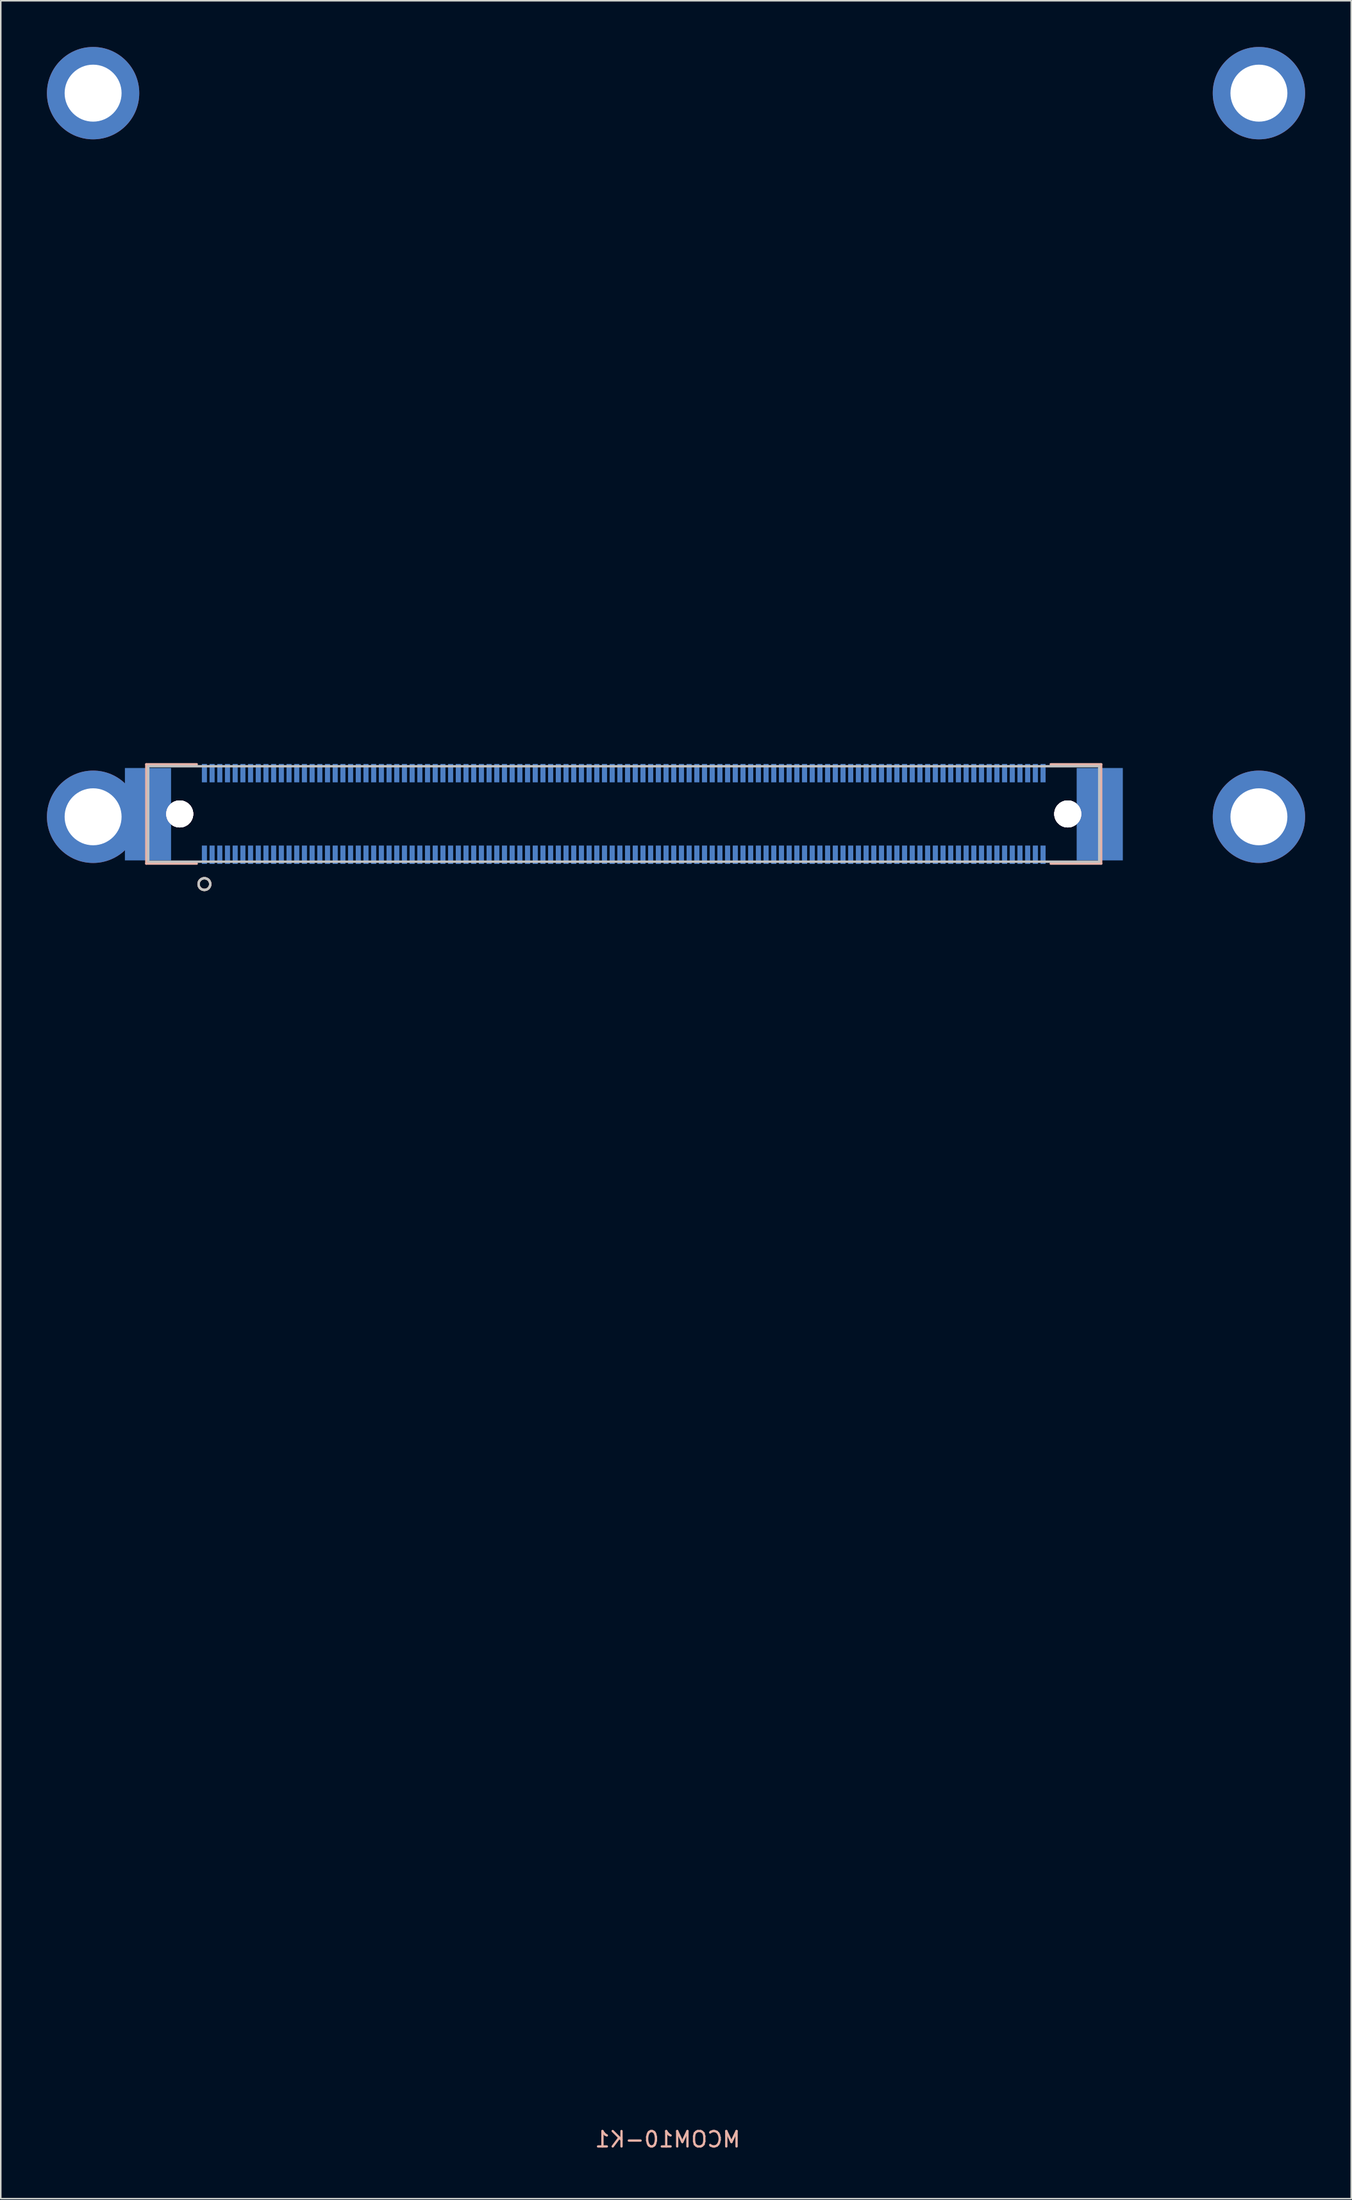
<source format=kicad_pcb>
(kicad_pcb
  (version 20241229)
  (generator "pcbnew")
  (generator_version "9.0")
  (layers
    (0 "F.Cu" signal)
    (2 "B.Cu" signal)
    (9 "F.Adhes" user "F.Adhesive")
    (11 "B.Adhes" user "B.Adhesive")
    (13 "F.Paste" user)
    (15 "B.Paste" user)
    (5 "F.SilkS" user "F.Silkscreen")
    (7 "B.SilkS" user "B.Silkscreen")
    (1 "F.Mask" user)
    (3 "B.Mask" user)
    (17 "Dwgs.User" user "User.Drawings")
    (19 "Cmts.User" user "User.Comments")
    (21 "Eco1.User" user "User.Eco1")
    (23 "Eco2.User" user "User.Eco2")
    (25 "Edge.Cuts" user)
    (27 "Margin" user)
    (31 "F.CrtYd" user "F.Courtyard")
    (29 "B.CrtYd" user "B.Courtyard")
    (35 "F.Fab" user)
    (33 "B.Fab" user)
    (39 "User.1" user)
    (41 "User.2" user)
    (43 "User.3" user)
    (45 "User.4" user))
  (footprint "MCOM10-K1"
    (layer "F.Cu")
    (at 3 50)
    (property "Reference" "MCOM10-K1" (at 37.338 85.906 0) (layer "B.SilkS") (effects (font (size 1 1) (thickness 0.15)) (justify mirror)))
    (attr through_hole)
    (fp_circle (center 7.233 4.371) (end 6.852 4.371) (stroke (width 0.152) (type solid)) (fill no) (layer "F.SilkS"))
    (fp_line (start 3.457 -3.41) (end 6.736 -3.41) (stroke (width 0.152) (type solid)) (layer "B.SilkS"))
    (fp_line (start 3.457 3.042) (end 3.457 -3.41) (stroke (width 0.152) (type solid)) (layer "B.SilkS"))
    (fp_line (start 6.735 3.042) (end 3.457 3.042) (stroke (width 0.152) (type solid)) (layer "B.SilkS"))
    (fp_line (start 62.231 -3.41) (end 65.509 -3.41) (stroke (width 0.152) (type solid)) (layer "B.SilkS"))
    (fp_line (start 65.509 -3.41) (end 65.509 3.042) (stroke (width 0.152) (type solid)) (layer "B.SilkS"))
    (fp_line (start 65.509 3.042) (end 62.231 3.042) (stroke (width 0.152) (type solid)) (layer "B.SilkS"))
    (fp_circle (center 7.233 4.371) (end 6.852 4.371) (stroke (width 0.152) (type solid)) (fill no) (layer "B.SilkS"))
    (fp_line (start 3.584 -3.283) (end 65.382 -3.283) (stroke (width 0.152) (type solid)) (layer "Dwgs.User"))
    (fp_line (start 3.584 2.915) (end 3.584 -3.283) (stroke (width 0.152) (type solid)) (layer "Dwgs.User"))
    (fp_line (start 65.382 -3.283) (end 65.382 2.915) (stroke (width 0.152) (type solid)) (layer "Dwgs.User"))
    (fp_line (start 65.382 2.915) (end 3.584 2.915) (stroke (width 0.152) (type solid)) (layer "Dwgs.User"))
    (fp_circle (center 7.233 4.371) (end 6.852 4.371) (stroke (width 0.152) (type solid)) (fill no) (layer "Dwgs.User"))
    (pad "1" smd rect (at 61.733 2.466) (size 0.33 1.194) (layers "B.Cu" "B.Mask" "B.Paste"))
    (pad "2" smd rect (at 61.233 2.466) (size 0.33 1.194) (layers "B.Cu" "B.Mask" "B.Paste"))
    (pad "3" smd rect (at 60.733 2.466) (size 0.33 1.194) (layers "B.Cu" "B.Mask" "B.Paste"))
    (pad "4" smd rect (at 60.233 2.466) (size 0.33 1.194) (layers "B.Cu" "B.Mask" "B.Paste"))
    (pad "5" smd rect (at 59.733 2.466) (size 0.33 1.194) (layers "B.Cu" "B.Mask" "B.Paste"))
    (pad "6" smd rect (at 59.233 2.466) (size 0.33 1.194) (layers "B.Cu" "B.Mask" "B.Paste"))
    (pad "7" smd rect (at 58.733 2.466) (size 0.33 1.194) (layers "B.Cu" "B.Mask" "B.Paste"))
    (pad "8" smd rect (at 58.233 2.466) (size 0.33 1.194) (layers "B.Cu" "B.Mask" "B.Paste"))
    (pad "9" smd rect (at 57.733 2.466) (size 0.33 1.194) (layers "B.Cu" "B.Mask" "B.Paste"))
    (pad "10" smd rect (at 57.233 2.466) (size 0.33 1.194) (layers "B.Cu" "B.Mask" "B.Paste"))
    (pad "11" smd rect (at 56.733 2.466) (size 0.33 1.194) (layers "B.Cu" "B.Mask" "B.Paste"))
    (pad "12" smd rect (at 56.233 2.466) (size 0.33 1.194) (layers "B.Cu" "B.Mask" "B.Paste"))
    (pad "13" smd rect (at 55.733 2.466) (size 0.33 1.194) (layers "B.Cu" "B.Mask" "B.Paste"))
    (pad "14" smd rect (at 55.233 2.466) (size 0.33 1.194) (layers "B.Cu" "B.Mask" "B.Paste"))
    (pad "15" smd rect (at 54.733 2.466) (size 0.33 1.194) (layers "B.Cu" "B.Mask" "B.Paste"))
    (pad "16" smd rect (at 54.233 2.466) (size 0.33 1.194) (layers "B.Cu" "B.Mask" "B.Paste"))
    (pad "17" smd rect (at 53.733 2.466) (size 0.33 1.194) (layers "B.Cu" "B.Mask" "B.Paste"))
    (pad "18" smd rect (at 53.233 2.466) (size 0.33 1.194) (layers "B.Cu" "B.Mask" "B.Paste"))
    (pad "19" smd rect (at 52.733 2.466) (size 0.33 1.194) (layers "B.Cu" "B.Mask" "B.Paste"))
    (pad "20" smd rect (at 52.233 2.466) (size 0.33 1.194) (layers "B.Cu" "B.Mask" "B.Paste"))
    (pad "21" smd rect (at 51.733 2.466) (size 0.33 1.194) (layers "B.Cu" "B.Mask" "B.Paste"))
    (pad "22" smd rect (at 51.233 2.466) (size 0.33 1.194) (layers "B.Cu" "B.Mask" "B.Paste"))
    (pad "23" smd rect (at 50.733 2.466) (size 0.33 1.194) (layers "B.Cu" "B.Mask" "B.Paste"))
    (pad "24" smd rect (at 50.233 2.466) (size 0.33 1.194) (layers "B.Cu" "B.Mask" "B.Paste"))
    (pad "25" smd rect (at 49.733 2.466) (size 0.33 1.194) (layers "B.Cu" "B.Mask" "B.Paste"))
    (pad "26" smd rect (at 49.233 2.466) (size 0.33 1.194) (layers "B.Cu" "B.Mask" "B.Paste"))
    (pad "27" smd rect (at 48.733 2.466) (size 0.33 1.194) (layers "B.Cu" "B.Mask" "B.Paste"))
    (pad "28" smd rect (at 48.233 2.466) (size 0.33 1.194) (layers "B.Cu" "B.Mask" "B.Paste"))
    (pad "29" smd rect (at 47.733 2.466) (size 0.33 1.194) (layers "B.Cu" "B.Mask" "B.Paste"))
    (pad "30" smd rect (at 47.233 2.466) (size 0.33 1.194) (layers "B.Cu" "B.Mask" "B.Paste"))
    (pad "31" smd rect (at 46.733 2.466) (size 0.33 1.194) (layers "B.Cu" "B.Mask" "B.Paste"))
    (pad "32" smd rect (at 46.233 2.466) (size 0.33 1.194) (layers "B.Cu" "B.Mask" "B.Paste"))
    (pad "33" smd rect (at 45.733 2.466) (size 0.33 1.194) (layers "B.Cu" "B.Mask" "B.Paste"))
    (pad "34" smd rect (at 45.233 2.466) (size 0.33 1.194) (layers "B.Cu" "B.Mask" "B.Paste"))
    (pad "35" smd rect (at 44.733 2.466) (size 0.33 1.194) (layers "B.Cu" "B.Mask" "B.Paste"))
    (pad "36" smd rect (at 44.233 2.466) (size 0.33 1.194) (layers "B.Cu" "B.Mask" "B.Paste"))
    (pad "37" smd rect (at 43.733 2.466) (size 0.33 1.194) (layers "B.Cu" "B.Mask" "B.Paste"))
    (pad "38" smd rect (at 43.233 2.466) (size 0.33 1.194) (layers "B.Cu" "B.Mask" "B.Paste"))
    (pad "39" smd rect (at 42.733 2.466) (size 0.33 1.194) (layers "B.Cu" "B.Mask" "B.Paste"))
    (pad "40" smd rect (at 42.233 2.466) (size 0.33 1.194) (layers "B.Cu" "B.Mask" "B.Paste"))
    (pad "41" smd rect (at 41.733 2.466) (size 0.33 1.194) (layers "B.Cu" "B.Mask" "B.Paste"))
    (pad "42" smd rect (at 41.233 2.466) (size 0.33 1.194) (layers "B.Cu" "B.Mask" "B.Paste"))
    (pad "43" smd rect (at 40.733 2.466) (size 0.33 1.194) (layers "B.Cu" "B.Mask" "B.Paste"))
    (pad "44" smd rect (at 40.233 2.466) (size 0.33 1.194) (layers "B.Cu" "B.Mask" "B.Paste"))
    (pad "45" smd rect (at 39.733 2.466) (size 0.33 1.194) (layers "B.Cu" "B.Mask" "B.Paste"))
    (pad "46" smd rect (at 39.233 2.466) (size 0.33 1.194) (layers "B.Cu" "B.Mask" "B.Paste"))
    (pad "47" smd rect (at 38.733 2.466) (size 0.33 1.194) (layers "B.Cu" "B.Mask" "B.Paste"))
    (pad "48" smd rect (at 38.233 2.466) (size 0.33 1.194) (layers "B.Cu" "B.Mask" "B.Paste"))
    (pad "49" smd rect (at 37.733 2.466) (size 0.33 1.194) (layers "B.Cu" "B.Mask" "B.Paste"))
    (pad "50" smd rect (at 37.233 2.466) (size 0.33 1.194) (layers "B.Cu" "B.Mask" "B.Paste"))
    (pad "51" smd rect (at 36.733 2.466) (size 0.33 1.194) (layers "B.Cu" "B.Mask" "B.Paste"))
    (pad "52" smd rect (at 36.233 2.466) (size 0.33 1.194) (layers "B.Cu" "B.Mask" "B.Paste"))
    (pad "53" smd rect (at 35.733 2.466) (size 0.33 1.194) (layers "B.Cu" "B.Mask" "B.Paste"))
    (pad "54" smd rect (at 35.233 2.466) (size 0.33 1.194) (layers "B.Cu" "B.Mask" "B.Paste"))
    (pad "55" smd rect (at 34.733 2.466) (size 0.33 1.194) (layers "B.Cu" "B.Mask" "B.Paste"))
    (pad "56" smd rect (at 34.233 2.466) (size 0.33 1.194) (layers "B.Cu" "B.Mask" "B.Paste"))
    (pad "57" smd rect (at 33.733 2.466) (size 0.33 1.194) (layers "B.Cu" "B.Mask" "B.Paste"))
    (pad "58" smd rect (at 33.233 2.466) (size 0.33 1.194) (layers "B.Cu" "B.Mask" "B.Paste"))
    (pad "59" smd rect (at 32.733 2.466) (size 0.33 1.194) (layers "B.Cu" "B.Mask" "B.Paste"))
    (pad "60" smd rect (at 32.233 2.466) (size 0.33 1.194) (layers "B.Cu" "B.Mask" "B.Paste"))
    (pad "61" smd rect (at 31.733 2.466) (size 0.33 1.194) (layers "B.Cu" "B.Mask" "B.Paste"))
    (pad "62" smd rect (at 31.233 2.466) (size 0.33 1.194) (layers "B.Cu" "B.Mask" "B.Paste"))
    (pad "63" smd rect (at 30.733 2.466) (size 0.33 1.194) (layers "B.Cu" "B.Mask" "B.Paste"))
    (pad "64" smd rect (at 30.233 2.466) (size 0.33 1.194) (layers "B.Cu" "B.Mask" "B.Paste"))
    (pad "65" smd rect (at 29.733 2.466) (size 0.33 1.194) (layers "B.Cu" "B.Mask" "B.Paste"))
    (pad "66" smd rect (at 29.233 2.466) (size 0.33 1.194) (layers "B.Cu" "B.Mask" "B.Paste"))
    (pad "67" smd rect (at 28.733 2.466) (size 0.33 1.194) (layers "B.Cu" "B.Mask" "B.Paste"))
    (pad "68" smd rect (at 28.233 2.466) (size 0.33 1.194) (layers "B.Cu" "B.Mask" "B.Paste"))
    (pad "69" smd rect (at 27.733 2.466) (size 0.33 1.194) (layers "B.Cu" "B.Mask" "B.Paste"))
    (pad "70" smd rect (at 27.233 2.466) (size 0.33 1.194) (layers "B.Cu" "B.Mask" "B.Paste"))
    (pad "71" smd rect (at 26.733 2.466) (size 0.33 1.194) (layers "B.Cu" "B.Mask" "B.Paste"))
    (pad "72" smd rect (at 26.233 2.466) (size 0.33 1.194) (layers "B.Cu" "B.Mask" "B.Paste"))
    (pad "73" smd rect (at 25.733 2.466) (size 0.33 1.194) (layers "B.Cu" "B.Mask" "B.Paste"))
    (pad "74" smd rect (at 25.233 2.466) (size 0.33 1.194) (layers "B.Cu" "B.Mask" "B.Paste"))
    (pad "75" smd rect (at 24.733 2.466) (size 0.33 1.194) (layers "B.Cu" "B.Mask" "B.Paste"))
    (pad "76" smd rect (at 24.233 2.466) (size 0.33 1.194) (layers "B.Cu" "B.Mask" "B.Paste"))
    (pad "77" smd rect (at 23.733 2.466) (size 0.33 1.194) (layers "B.Cu" "B.Mask" "B.Paste"))
    (pad "78" smd rect (at 23.233 2.466) (size 0.33 1.194) (layers "B.Cu" "B.Mask" "B.Paste"))
    (pad "79" smd rect (at 22.733 2.466) (size 0.33 1.194) (layers "B.Cu" "B.Mask" "B.Paste"))
    (pad "80" smd rect (at 22.233 2.466) (size 0.33 1.194) (layers "B.Cu" "B.Mask" "B.Paste"))
    (pad "81" smd rect (at 21.733 2.466) (size 0.33 1.194) (layers "B.Cu" "B.Mask" "B.Paste"))
    (pad "82" smd rect (at 21.233 2.466) (size 0.33 1.194) (layers "B.Cu" "B.Mask" "B.Paste"))
    (pad "83" smd rect (at 20.733 2.466) (size 0.33 1.194) (layers "B.Cu" "B.Mask" "B.Paste"))
    (pad "84" smd rect (at 20.233 2.466) (size 0.33 1.194) (layers "B.Cu" "B.Mask" "B.Paste"))
    (pad "85" smd rect (at 19.733 2.466) (size 0.33 1.194) (layers "B.Cu" "B.Mask" "B.Paste"))
    (pad "86" smd rect (at 19.233 2.466) (size 0.33 1.194) (layers "B.Cu" "B.Mask" "B.Paste"))
    (pad "87" smd rect (at 18.733 2.466) (size 0.33 1.194) (layers "B.Cu" "B.Mask" "B.Paste"))
    (pad "88" smd rect (at 18.233 2.466) (size 0.33 1.194) (layers "B.Cu" "B.Mask" "B.Paste"))
    (pad "89" smd rect (at 17.733 2.466) (size 0.33 1.194) (layers "B.Cu" "B.Mask" "B.Paste"))
    (pad "90" smd rect (at 17.233 2.466) (size 0.33 1.194) (layers "B.Cu" "B.Mask" "B.Paste"))
    (pad "91" smd rect (at 16.733 2.466) (size 0.33 1.194) (layers "B.Cu" "B.Mask" "B.Paste"))
    (pad "92" smd rect (at 16.233 2.466) (size 0.33 1.194) (layers "B.Cu" "B.Mask" "B.Paste"))
    (pad "93" smd rect (at 15.733 2.466) (size 0.33 1.194) (layers "B.Cu" "B.Mask" "B.Paste"))
    (pad "94" smd rect (at 15.233 2.466) (size 0.33 1.194) (layers "B.Cu" "B.Mask" "B.Paste"))
    (pad "95" smd rect (at 14.733 2.466) (size 0.33 1.194) (layers "B.Cu" "B.Mask" "B.Paste"))
    (pad "96" smd rect (at 14.233 2.466) (size 0.33 1.194) (layers "B.Cu" "B.Mask" "B.Paste"))
    (pad "97" smd rect (at 13.733 2.466) (size 0.33 1.194) (layers "B.Cu" "B.Mask" "B.Paste"))
    (pad "98" smd rect (at 13.233 2.466) (size 0.33 1.194) (layers "B.Cu" "B.Mask" "B.Paste"))
    (pad "99" smd rect (at 12.733 2.466) (size 0.33 1.194) (layers "B.Cu" "B.Mask" "B.Paste"))
    (pad "100" smd rect (at 12.233 2.466) (size 0.33 1.194) (layers "B.Cu" "B.Mask" "B.Paste"))
    (pad "101" smd rect (at 11.733 2.466) (size 0.33 1.194) (layers "B.Cu" "B.Mask" "B.Paste"))
    (pad "102" smd rect (at 11.233 2.466) (size 0.33 1.194) (layers "B.Cu" "B.Mask" "B.Paste"))
    (pad "103" smd rect (at 10.733 2.466) (size 0.33 1.194) (layers "B.Cu" "B.Mask" "B.Paste"))
    (pad "104" smd rect (at 10.233 2.466) (size 0.33 1.194) (layers "B.Cu" "B.Mask" "B.Paste"))
    (pad "105" smd rect (at 9.733 2.466) (size 0.33 1.194) (layers "B.Cu" "B.Mask" "B.Paste"))
    (pad "106" smd rect (at 9.233 2.466) (size 0.33 1.194) (layers "B.Cu" "B.Mask" "B.Paste"))
    (pad "107" smd rect (at 8.733 2.466) (size 0.33 1.194) (layers "B.Cu" "B.Mask" "B.Paste"))
    (pad "108" smd rect (at 8.233 2.466) (size 0.33 1.194) (layers "B.Cu" "B.Mask" "B.Paste"))
    (pad "109" smd rect (at 7.733 2.466) (size 0.33 1.194) (layers "B.Cu" "B.Mask" "B.Paste"))
    (pad "110" smd rect (at 7.233 2.466) (size 0.33 1.194) (layers "B.Cu" "B.Mask" "B.Paste"))
    (pad "111" smd rect (at 61.733 -2.834) (size 0.33 1.194) (layers "B.Cu" "B.Mask" "B.Paste"))
    (pad "112" smd rect (at 61.233 -2.834) (size 0.33 1.194) (layers "B.Cu" "B.Mask" "B.Paste"))
    (pad "113" smd rect (at 60.733 -2.834) (size 0.33 1.194) (layers "B.Cu" "B.Mask" "B.Paste"))
    (pad "114" smd rect (at 60.233 -2.834) (size 0.33 1.194) (layers "B.Cu" "B.Mask" "B.Paste"))
    (pad "115" smd rect (at 59.733 -2.834) (size 0.33 1.194) (layers "B.Cu" "B.Mask" "B.Paste"))
    (pad "116" smd rect (at 59.233 -2.834) (size 0.33 1.194) (layers "B.Cu" "B.Mask" "B.Paste"))
    (pad "117" smd rect (at 58.733 -2.834) (size 0.33 1.194) (layers "B.Cu" "B.Mask" "B.Paste"))
    (pad "118" smd rect (at 58.233 -2.834) (size 0.33 1.194) (layers "B.Cu" "B.Mask" "B.Paste"))
    (pad "119" smd rect (at 57.733 -2.834) (size 0.33 1.194) (layers "B.Cu" "B.Mask" "B.Paste"))
    (pad "120" smd rect (at 57.233 -2.834) (size 0.33 1.194) (layers "B.Cu" "B.Mask" "B.Paste"))
    (pad "121" smd rect (at 56.733 -2.834) (size 0.33 1.194) (layers "B.Cu" "B.Mask" "B.Paste"))
    (pad "122" smd rect (at 56.233 -2.834) (size 0.33 1.194) (layers "B.Cu" "B.Mask" "B.Paste"))
    (pad "123" smd rect (at 55.733 -2.834) (size 0.33 1.194) (layers "B.Cu" "B.Mask" "B.Paste"))
    (pad "124" smd rect (at 55.233 -2.834) (size 0.33 1.194) (layers "B.Cu" "B.Mask" "B.Paste"))
    (pad "125" smd rect (at 54.733 -2.834) (size 0.33 1.194) (layers "B.Cu" "B.Mask" "B.Paste"))
    (pad "126" smd rect (at 54.233 -2.834) (size 0.33 1.194) (layers "B.Cu" "B.Mask" "B.Paste"))
    (pad "127" smd rect (at 53.733 -2.834) (size 0.33 1.194) (layers "B.Cu" "B.Mask" "B.Paste"))
    (pad "128" smd rect (at 53.233 -2.834) (size 0.33 1.194) (layers "B.Cu" "B.Mask" "B.Paste"))
    (pad "129" smd rect (at 52.733 -2.834) (size 0.33 1.194) (layers "B.Cu" "B.Mask" "B.Paste"))
    (pad "130" smd rect (at 52.233 -2.834) (size 0.33 1.194) (layers "B.Cu" "B.Mask" "B.Paste"))
    (pad "131" smd rect (at 51.733 -2.834) (size 0.33 1.194) (layers "B.Cu" "B.Mask" "B.Paste"))
    (pad "132" smd rect (at 51.233 -2.834) (size 0.33 1.194) (layers "B.Cu" "B.Mask" "B.Paste"))
    (pad "133" smd rect (at 50.733 -2.834) (size 0.33 1.194) (layers "B.Cu" "B.Mask" "B.Paste"))
    (pad "134" smd rect (at 50.233 -2.834) (size 0.33 1.194) (layers "B.Cu" "B.Mask" "B.Paste"))
    (pad "135" smd rect (at 49.733 -2.834) (size 0.33 1.194) (layers "B.Cu" "B.Mask" "B.Paste"))
    (pad "136" smd rect (at 49.233 -2.834) (size 0.33 1.194) (layers "B.Cu" "B.Mask" "B.Paste"))
    (pad "137" smd rect (at 48.733 -2.834) (size 0.33 1.194) (layers "B.Cu" "B.Mask" "B.Paste"))
    (pad "138" smd rect (at 48.233 -2.834) (size 0.33 1.194) (layers "B.Cu" "B.Mask" "B.Paste"))
    (pad "139" smd rect (at 47.733 -2.834) (size 0.33 1.194) (layers "B.Cu" "B.Mask" "B.Paste"))
    (pad "140" smd rect (at 47.233 -2.834) (size 0.33 1.194) (layers "B.Cu" "B.Mask" "B.Paste"))
    (pad "141" smd rect (at 46.733 -2.834) (size 0.33 1.194) (layers "B.Cu" "B.Mask" "B.Paste"))
    (pad "142" smd rect (at 46.233 -2.834) (size 0.33 1.194) (layers "B.Cu" "B.Mask" "B.Paste"))
    (pad "143" smd rect (at 45.733 -2.834) (size 0.33 1.194) (layers "B.Cu" "B.Mask" "B.Paste"))
    (pad "144" smd rect (at 45.233 -2.834) (size 0.33 1.194) (layers "B.Cu" "B.Mask" "B.Paste"))
    (pad "145" smd rect (at 44.733 -2.834) (size 0.33 1.194) (layers "B.Cu" "B.Mask" "B.Paste"))
    (pad "146" smd rect (at 44.233 -2.834) (size 0.33 1.194) (layers "B.Cu" "B.Mask" "B.Paste"))
    (pad "147" smd rect (at 43.733 -2.834) (size 0.33 1.194) (layers "B.Cu" "B.Mask" "B.Paste"))
    (pad "148" smd rect (at 43.233 -2.834) (size 0.33 1.194) (layers "B.Cu" "B.Mask" "B.Paste"))
    (pad "149" smd rect (at 42.733 -2.834) (size 0.33 1.194) (layers "B.Cu" "B.Mask" "B.Paste"))
    (pad "150" smd rect (at 42.233 -2.834) (size 0.33 1.194) (layers "B.Cu" "B.Mask" "B.Paste"))
    (pad "151" smd rect (at 41.733 -2.834) (size 0.33 1.194) (layers "B.Cu" "B.Mask" "B.Paste"))
    (pad "152" smd rect (at 41.233 -2.834) (size 0.33 1.194) (layers "B.Cu" "B.Mask" "B.Paste"))
    (pad "153" smd rect (at 40.733 -2.834) (size 0.33 1.194) (layers "B.Cu" "B.Mask" "B.Paste"))
    (pad "154" smd rect (at 40.233 -2.834) (size 0.33 1.194) (layers "B.Cu" "B.Mask" "B.Paste"))
    (pad "155" smd rect (at 39.733 -2.834) (size 0.33 1.194) (layers "B.Cu" "B.Mask" "B.Paste"))
    (pad "156" smd rect (at 39.233 -2.834) (size 0.33 1.194) (layers "B.Cu" "B.Mask" "B.Paste"))
    (pad "157" smd rect (at 38.733 -2.834) (size 0.33 1.194) (layers "B.Cu" "B.Mask" "B.Paste"))
    (pad "158" smd rect (at 38.233 -2.834) (size 0.33 1.194) (layers "B.Cu" "B.Mask" "B.Paste"))
    (pad "159" smd rect (at 37.733 -2.834) (size 0.33 1.194) (layers "B.Cu" "B.Mask" "B.Paste"))
    (pad "160" smd rect (at 37.233 -2.834) (size 0.33 1.194) (layers "B.Cu" "B.Mask" "B.Paste"))
    (pad "161" smd rect (at 36.733 -2.834) (size 0.33 1.194) (layers "B.Cu" "B.Mask" "B.Paste"))
    (pad "162" smd rect (at 36.233 -2.834) (size 0.33 1.194) (layers "B.Cu" "B.Mask" "B.Paste"))
    (pad "163" smd rect (at 35.733 -2.834) (size 0.33 1.194) (layers "B.Cu" "B.Mask" "B.Paste"))
    (pad "164" smd rect (at 35.233 -2.834) (size 0.33 1.194) (layers "B.Cu" "B.Mask" "B.Paste"))
    (pad "165" smd rect (at 34.733 -2.834) (size 0.33 1.194) (layers "B.Cu" "B.Mask" "B.Paste"))
    (pad "166" smd rect (at 34.233 -2.834) (size 0.33 1.194) (layers "B.Cu" "B.Mask" "B.Paste"))
    (pad "167" smd rect (at 33.733 -2.834) (size 0.33 1.194) (layers "B.Cu" "B.Mask" "B.Paste"))
    (pad "168" smd rect (at 33.233 -2.834) (size 0.33 1.194) (layers "B.Cu" "B.Mask" "B.Paste"))
    (pad "169" smd rect (at 32.733 -2.834) (size 0.33 1.194) (layers "B.Cu" "B.Mask" "B.Paste"))
    (pad "170" smd rect (at 32.233 -2.834) (size 0.33 1.194) (layers "B.Cu" "B.Mask" "B.Paste"))
    (pad "171" smd rect (at 31.733 -2.834) (size 0.33 1.194) (layers "B.Cu" "B.Mask" "B.Paste"))
    (pad "172" smd rect (at 31.233 -2.834) (size 0.33 1.194) (layers "B.Cu" "B.Mask" "B.Paste"))
    (pad "173" smd rect (at 30.733 -2.834) (size 0.33 1.194) (layers "B.Cu" "B.Mask" "B.Paste"))
    (pad "174" smd rect (at 30.233 -2.834) (size 0.33 1.194) (layers "B.Cu" "B.Mask" "B.Paste"))
    (pad "175" smd rect (at 29.733 -2.834) (size 0.33 1.194) (layers "B.Cu" "B.Mask" "B.Paste"))
    (pad "176" smd rect (at 29.233 -2.834) (size 0.33 1.194) (layers "B.Cu" "B.Mask" "B.Paste"))
    (pad "177" smd rect (at 28.733 -2.834) (size 0.33 1.194) (layers "B.Cu" "B.Mask" "B.Paste"))
    (pad "178" smd rect (at 28.233 -2.834) (size 0.33 1.194) (layers "B.Cu" "B.Mask" "B.Paste"))
    (pad "179" smd rect (at 27.733 -2.834) (size 0.33 1.194) (layers "B.Cu" "B.Mask" "B.Paste"))
    (pad "180" smd rect (at 27.233 -2.834) (size 0.33 1.194) (layers "B.Cu" "B.Mask" "B.Paste"))
    (pad "181" smd rect (at 26.733 -2.834) (size 0.33 1.194) (layers "B.Cu" "B.Mask" "B.Paste"))
    (pad "182" smd rect (at 26.233 -2.834) (size 0.33 1.194) (layers "B.Cu" "B.Mask" "B.Paste"))
    (pad "183" smd rect (at 25.733 -2.834) (size 0.33 1.194) (layers "B.Cu" "B.Mask" "B.Paste"))
    (pad "184" smd rect (at 25.233 -2.834) (size 0.33 1.194) (layers "B.Cu" "B.Mask" "B.Paste"))
    (pad "185" smd rect (at 24.733 -2.834) (size 0.33 1.194) (layers "B.Cu" "B.Mask" "B.Paste"))
    (pad "186" smd rect (at 24.233 -2.834) (size 0.33 1.194) (layers "B.Cu" "B.Mask" "B.Paste"))
    (pad "187" smd rect (at 23.733 -2.834) (size 0.33 1.194) (layers "B.Cu" "B.Mask" "B.Paste"))
    (pad "188" smd rect (at 23.233 -2.834) (size 0.33 1.194) (layers "B.Cu" "B.Mask" "B.Paste"))
    (pad "189" smd rect (at 22.733 -2.834) (size 0.33 1.194) (layers "B.Cu" "B.Mask" "B.Paste"))
    (pad "190" smd rect (at 22.233 -2.834) (size 0.33 1.194) (layers "B.Cu" "B.Mask" "B.Paste"))
    (pad "191" smd rect (at 21.733 -2.834) (size 0.33 1.194) (layers "B.Cu" "B.Mask" "B.Paste"))
    (pad "192" smd rect (at 21.233 -2.834) (size 0.33 1.194) (layers "B.Cu" "B.Mask" "B.Paste"))
    (pad "193" smd rect (at 20.733 -2.834) (size 0.33 1.194) (layers "B.Cu" "B.Mask" "B.Paste"))
    (pad "194" smd rect (at 20.233 -2.834) (size 0.33 1.194) (layers "B.Cu" "B.Mask" "B.Paste"))
    (pad "195" smd rect (at 19.733 -2.834) (size 0.33 1.194) (layers "B.Cu" "B.Mask" "B.Paste"))
    (pad "196" smd rect (at 19.233 -2.834) (size 0.33 1.194) (layers "B.Cu" "B.Mask" "B.Paste"))
    (pad "197" smd rect (at 18.733 -2.834) (size 0.33 1.194) (layers "B.Cu" "B.Mask" "B.Paste"))
    (pad "198" smd rect (at 18.233 -2.834) (size 0.33 1.194) (layers "B.Cu" "B.Mask" "B.Paste"))
    (pad "199" smd rect (at 17.733 -2.834) (size 0.33 1.194) (layers "B.Cu" "B.Mask" "B.Paste"))
    (pad "200" smd rect (at 17.233 -2.834) (size 0.33 1.194) (layers "B.Cu" "B.Mask" "B.Paste"))
    (pad "201" smd rect (at 16.733 -2.834) (size 0.33 1.194) (layers "B.Cu" "B.Mask" "B.Paste"))
    (pad "202" smd rect (at 16.233 -2.834) (size 0.33 1.194) (layers "B.Cu" "B.Mask" "B.Paste"))
    (pad "203" smd rect (at 15.733 -2.834) (size 0.33 1.194) (layers "B.Cu" "B.Mask" "B.Paste"))
    (pad "204" smd rect (at 15.233 -2.834) (size 0.33 1.194) (layers "B.Cu" "B.Mask" "B.Paste"))
    (pad "205" smd rect (at 14.733 -2.834) (size 0.33 1.194) (layers "B.Cu" "B.Mask" "B.Paste"))
    (pad "206" smd rect (at 14.233 -2.834) (size 0.33 1.194) (layers "B.Cu" "B.Mask" "B.Paste"))
    (pad "207" smd rect (at 13.733 -2.834) (size 0.33 1.194) (layers "B.Cu" "B.Mask" "B.Paste"))
    (pad "208" smd rect (at 13.233 -2.834) (size 0.33 1.194) (layers "B.Cu" "B.Mask" "B.Paste"))
    (pad "209" smd rect (at 12.733 -2.834) (size 0.33 1.194) (layers "B.Cu" "B.Mask" "B.Paste"))
    (pad "210" smd rect (at 12.233 -2.834) (size 0.33 1.194) (layers "B.Cu" "B.Mask" "B.Paste"))
    (pad "211" smd rect (at 11.733 -2.834) (size 0.33 1.194) (layers "B.Cu" "B.Mask" "B.Paste"))
    (pad "212" smd rect (at 11.233 -2.834) (size 0.33 1.194) (layers "B.Cu" "B.Mask" "B.Paste"))
    (pad "213" smd rect (at 10.733 -2.834) (size 0.33 1.194) (layers "B.Cu" "B.Mask" "B.Paste"))
    (pad "214" smd rect (at 10.233 -2.834) (size 0.33 1.194) (layers "B.Cu" "B.Mask" "B.Paste"))
    (pad "215" smd rect (at 9.733 -2.834) (size 0.33 1.194) (layers "B.Cu" "B.Mask" "B.Paste"))
    (pad "216" smd rect (at 9.233 -2.834) (size 0.33 1.194) (layers "B.Cu" "B.Mask" "B.Paste"))
    (pad "217" smd rect (at 8.733 -2.834) (size 0.33 1.194) (layers "B.Cu" "B.Mask" "B.Paste"))
    (pad "218" smd rect (at 8.233 -2.834) (size 0.33 1.194) (layers "B.Cu" "B.Mask" "B.Paste"))
    (pad "219" smd rect (at 7.733 -2.834) (size 0.33 1.194) (layers "B.Cu" "B.Mask" "B.Paste"))
    (pad "220" smd rect (at 7.233 -2.834) (size 0.33 1.194) (layers "B.Cu" "B.Mask" "B.Paste"))
    (pad "221" thru_hole circle (at 63.337 -0.184) (size 1.753 1.753) (drill 1.753) (layers "*.Cu" "B.SilkS"))
    (pad "221" thru_hole circle (at 63.337 -0.184) (size 1.753 1.753) (drill 1.753) (layers "*.Cu" "B.SilkS"))
    (pad "222" thru_hole circle (at 5.629 -0.184) (size 1.753 1.753) (drill 1.753) (layers "*.Cu" "B.SilkS"))
    (pad "222" thru_hole circle (at 5.629 -0.184) (size 1.753 1.753) (drill 1.753) (layers "*.Cu" "B.SilkS"))
    (pad "223" smd rect (at 65.416 -0.167) (size 3 6) (layers "B.Cu" "B.Mask" "B.Paste"))
    (pad "224" smd rect (at 3.567 -0.167) (size 3 6) (layers "B.Cu" "B.Mask" "B.Paste"))
    (pad "225" thru_hole circle (at 75.76 -47) (size 6 6) (drill 3.7) (layers "*.Cu" "*.Mask"))
    (pad "226" thru_hole circle (at 75.76 0) (size 6 6) (drill 3.7) (layers "*.Cu" "*.Mask"))
    (pad "227" thru_hole circle (at 0 0) (size 6 6) (drill 3.7) (layers "*.Cu" "*.Mask"))
    (pad "228" thru_hole circle (at 0 -47) (size 6 6) (drill 3.7) (layers "*.Cu" "*.Mask")))
  (gr_rect
    (start -3 -3)
    (end 84.76 139.754)
    (stroke (width 0.1) (type default))
    (fill no)
    (layer "Edge.Cuts")))
</source>
